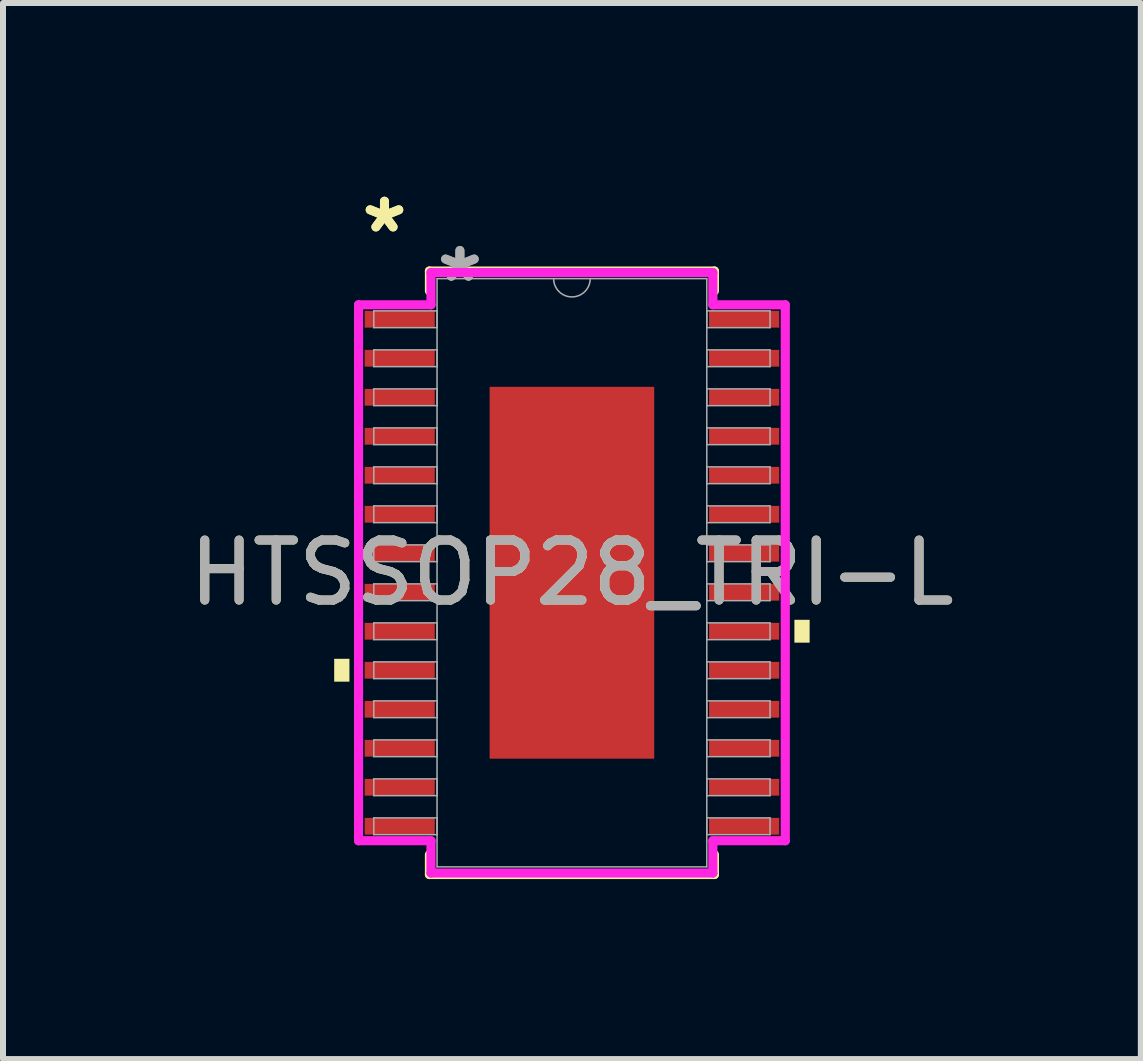
<source format=kicad_pcb>
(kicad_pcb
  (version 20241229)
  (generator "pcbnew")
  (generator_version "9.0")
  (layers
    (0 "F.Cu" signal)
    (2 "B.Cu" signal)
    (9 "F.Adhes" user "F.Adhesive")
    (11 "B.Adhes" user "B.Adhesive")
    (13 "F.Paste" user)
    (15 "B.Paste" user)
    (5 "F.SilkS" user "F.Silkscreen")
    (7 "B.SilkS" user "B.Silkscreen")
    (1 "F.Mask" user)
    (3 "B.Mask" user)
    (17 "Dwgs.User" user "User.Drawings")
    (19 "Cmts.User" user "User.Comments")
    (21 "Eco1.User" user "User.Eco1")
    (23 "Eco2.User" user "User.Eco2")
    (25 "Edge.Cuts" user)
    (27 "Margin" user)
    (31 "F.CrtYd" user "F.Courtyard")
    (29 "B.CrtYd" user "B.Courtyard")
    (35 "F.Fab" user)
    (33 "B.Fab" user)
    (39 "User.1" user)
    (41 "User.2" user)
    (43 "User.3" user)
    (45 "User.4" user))
  (footprint "HTSSOP28_TRI-L"
    (layer "F.Cu")
    (at 6.482 6.496)
    (property "Reference" "HTSSOP28_TRI-L" (at 0 0 0) (unlocked yes) (layer "F.SilkS") (effects (font (size 1 1) (thickness 0.15))))
    (attr smd)
    (fp_line (start -2.375 -5.029) (end -2.375 -4.697) (stroke (width 0.152) (type solid)) (layer "F.SilkS"))
    (fp_line (start -2.375 4.697) (end -2.375 5.029) (stroke (width 0.152) (type solid)) (layer "F.SilkS"))
    (fp_line (start -2.375 5.029) (end 2.375 5.029) (stroke (width 0.152) (type solid)) (layer "F.SilkS"))
    (fp_line (start 2.375 -5.029) (end -2.375 -5.029) (stroke (width 0.152) (type solid)) (layer "F.SilkS"))
    (fp_line (start 2.375 -4.697) (end 2.375 -5.029) (stroke (width 0.152) (type solid)) (layer "F.SilkS"))
    (fp_line (start 2.375 5.029) (end 2.375 4.697) (stroke (width 0.152) (type solid)) (layer "F.SilkS"))
    (fp_poly (pts (xy -3.962 1.434) (xy -3.962 1.815) (xy -3.708 1.815) (xy -3.708 1.434)) (stroke (width 0) (type solid)) (fill yes) (layer "F.SilkS"))
    (fp_poly (pts (xy 3.962 0.784) (xy 3.962 1.165) (xy 3.708 1.165) (xy 3.708 0.784)) (stroke (width 0) (type solid)) (fill yes) (layer "F.SilkS"))
    (fp_poly (pts (xy -1.272 -2.999) (xy -1.272 -1.649) (xy -0.1 -1.649) (xy -0.1 -2.999)) (stroke (width 0) (type solid)) (fill yes) (layer "F.Paste"))
    (fp_poly (pts (xy -1.272 -1.449) (xy -1.272 -0.1) (xy -0.1 -0.1) (xy -0.1 -1.449)) (stroke (width 0) (type solid)) (fill yes) (layer "F.Paste"))
    (fp_poly (pts (xy -1.272 0.1) (xy -1.272 1.449) (xy -0.1 1.449) (xy -0.1 0.1)) (stroke (width 0) (type solid)) (fill yes) (layer "F.Paste"))
    (fp_poly (pts (xy -1.272 1.649) (xy -1.272 2.999) (xy -0.1 2.999) (xy -0.1 1.649)) (stroke (width 0) (type solid)) (fill yes) (layer "F.Paste"))
    (fp_poly (pts (xy 0.1 -2.999) (xy 0.1 -1.649) (xy 1.272 -1.649) (xy 1.272 -2.999)) (stroke (width 0) (type solid)) (fill yes) (layer "F.Paste"))
    (fp_poly (pts (xy 0.1 -1.449) (xy 0.1 -0.1) (xy 1.272 -0.1) (xy 1.272 -1.449)) (stroke (width 0) (type solid)) (fill yes) (layer "F.Paste"))
    (fp_poly (pts (xy 0.1 0.1) (xy 0.1 1.449) (xy 1.272 1.449) (xy 1.272 0.1)) (stroke (width 0) (type solid)) (fill yes) (layer "F.Paste"))
    (fp_poly (pts (xy 0.1 1.649) (xy 0.1 2.999) (xy 1.272 2.999) (xy 1.272 1.649)) (stroke (width 0) (type solid)) (fill yes) (layer "F.Paste"))
    (fp_line (start -3.556 -4.466) (end -2.349 -4.466) (stroke (width 0.152) (type solid)) (layer "F.CrtYd"))
    (fp_line (start -3.556 4.466) (end -3.556 -4.466) (stroke (width 0.152) (type solid)) (layer "F.CrtYd"))
    (fp_line (start -3.556 4.466) (end -2.349 4.466) (stroke (width 0.152) (type solid)) (layer "F.CrtYd"))
    (fp_line (start -2.349 -5.004) (end 2.349 -5.004) (stroke (width 0.152) (type solid)) (layer "F.CrtYd"))
    (fp_line (start -2.349 -4.466) (end -2.349 -5.004) (stroke (width 0.152) (type solid)) (layer "F.CrtYd"))
    (fp_line (start -2.349 5.004) (end -2.349 4.466) (stroke (width 0.152) (type solid)) (layer "F.CrtYd"))
    (fp_line (start 2.349 -5.004) (end 2.349 -4.466) (stroke (width 0.152) (type solid)) (layer "F.CrtYd"))
    (fp_line (start 2.349 4.466) (end 2.349 5.004) (stroke (width 0.152) (type solid)) (layer "F.CrtYd"))
    (fp_line (start 2.349 5.004) (end -2.349 5.004) (stroke (width 0.152) (type solid)) (layer "F.CrtYd"))
    (fp_line (start 3.556 -4.466) (end 2.349 -4.466) (stroke (width 0.152) (type solid)) (layer "F.CrtYd"))
    (fp_line (start 3.556 -4.466) (end 3.556 4.466) (stroke (width 0.152) (type solid)) (layer "F.CrtYd"))
    (fp_line (start 3.556 4.466) (end 2.349 4.466) (stroke (width 0.152) (type solid)) (layer "F.CrtYd"))
    (fp_line (start -3.302 -4.365) (end -3.302 -4.085) (stroke (width 0.025) (type solid)) (layer "F.Fab"))
    (fp_line (start -3.302 -4.085) (end -2.248 -4.085) (stroke (width 0.025) (type solid)) (layer "F.Fab"))
    (fp_line (start -3.302 -3.715) (end -3.302 -3.435) (stroke (width 0.025) (type solid)) (layer "F.Fab"))
    (fp_line (start -3.302 -3.435) (end -2.248 -3.435) (stroke (width 0.025) (type solid)) (layer "F.Fab"))
    (fp_line (start -3.302 -3.065) (end -3.302 -2.785) (stroke (width 0.025) (type solid)) (layer "F.Fab"))
    (fp_line (start -3.302 -2.785) (end -2.248 -2.785) (stroke (width 0.025) (type solid)) (layer "F.Fab"))
    (fp_line (start -3.302 -2.415) (end -3.302 -2.135) (stroke (width 0.025) (type solid)) (layer "F.Fab"))
    (fp_line (start -3.302 -2.135) (end -2.248 -2.135) (stroke (width 0.025) (type solid)) (layer "F.Fab"))
    (fp_line (start -3.302 -1.765) (end -3.302 -1.485) (stroke (width 0.025) (type solid)) (layer "F.Fab"))
    (fp_line (start -3.302 -1.485) (end -2.248 -1.485) (stroke (width 0.025) (type solid)) (layer "F.Fab"))
    (fp_line (start -3.302 -1.115) (end -3.302 -0.835) (stroke (width 0.025) (type solid)) (layer "F.Fab"))
    (fp_line (start -3.302 -0.835) (end -2.248 -0.835) (stroke (width 0.025) (type solid)) (layer "F.Fab"))
    (fp_line (start -3.302 -0.465) (end -3.302 -0.185) (stroke (width 0.025) (type solid)) (layer "F.Fab"))
    (fp_line (start -3.302 -0.185) (end -2.248 -0.185) (stroke (width 0.025) (type solid)) (layer "F.Fab"))
    (fp_line (start -3.302 0.185) (end -3.302 0.465) (stroke (width 0.025) (type solid)) (layer "F.Fab"))
    (fp_line (start -3.302 0.465) (end -2.248 0.465) (stroke (width 0.025) (type solid)) (layer "F.Fab"))
    (fp_line (start -3.302 0.835) (end -3.302 1.115) (stroke (width 0.025) (type solid)) (layer "F.Fab"))
    (fp_line (start -3.302 1.115) (end -2.248 1.115) (stroke (width 0.025) (type solid)) (layer "F.Fab"))
    (fp_line (start -3.302 1.485) (end -3.302 1.765) (stroke (width 0.025) (type solid)) (layer "F.Fab"))
    (fp_line (start -3.302 1.765) (end -2.248 1.765) (stroke (width 0.025) (type solid)) (layer "F.Fab"))
    (fp_line (start -3.302 2.135) (end -3.302 2.415) (stroke (width 0.025) (type solid)) (layer "F.Fab"))
    (fp_line (start -3.302 2.415) (end -2.248 2.415) (stroke (width 0.025) (type solid)) (layer "F.Fab"))
    (fp_line (start -3.302 2.785) (end -3.302 3.065) (stroke (width 0.025) (type solid)) (layer "F.Fab"))
    (fp_line (start -3.302 3.065) (end -2.248 3.065) (stroke (width 0.025) (type solid)) (layer "F.Fab"))
    (fp_line (start -3.302 3.435) (end -3.302 3.715) (stroke (width 0.025) (type solid)) (layer "F.Fab"))
    (fp_line (start -3.302 3.715) (end -2.248 3.715) (stroke (width 0.025) (type solid)) (layer "F.Fab"))
    (fp_line (start -3.302 4.085) (end -3.302 4.365) (stroke (width 0.025) (type solid)) (layer "F.Fab"))
    (fp_line (start -3.302 4.365) (end -2.248 4.365) (stroke (width 0.025) (type solid)) (layer "F.Fab"))
    (fp_line (start -2.248 -4.902) (end -2.248 4.902) (stroke (width 0.025) (type solid)) (layer "F.Fab"))
    (fp_line (start -2.248 -4.365) (end -3.302 -4.365) (stroke (width 0.025) (type solid)) (layer "F.Fab"))
    (fp_line (start -2.248 -4.085) (end -2.248 -4.365) (stroke (width 0.025) (type solid)) (layer "F.Fab"))
    (fp_line (start -2.248 -3.715) (end -3.302 -3.715) (stroke (width 0.025) (type solid)) (layer "F.Fab"))
    (fp_line (start -2.248 -3.435) (end -2.248 -3.715) (stroke (width 0.025) (type solid)) (layer "F.Fab"))
    (fp_line (start -2.248 -3.065) (end -3.302 -3.065) (stroke (width 0.025) (type solid)) (layer "F.Fab"))
    (fp_line (start -2.248 -2.785) (end -2.248 -3.065) (stroke (width 0.025) (type solid)) (layer "F.Fab"))
    (fp_line (start -2.248 -2.415) (end -3.302 -2.415) (stroke (width 0.025) (type solid)) (layer "F.Fab"))
    (fp_line (start -2.248 -2.135) (end -2.248 -2.415) (stroke (width 0.025) (type solid)) (layer "F.Fab"))
    (fp_line (start -2.248 -1.765) (end -3.302 -1.765) (stroke (width 0.025) (type solid)) (layer "F.Fab"))
    (fp_line (start -2.248 -1.485) (end -2.248 -1.765) (stroke (width 0.025) (type solid)) (layer "F.Fab"))
    (fp_line (start -2.248 -1.115) (end -3.302 -1.115) (stroke (width 0.025) (type solid)) (layer "F.Fab"))
    (fp_line (start -2.248 -0.835) (end -2.248 -1.115) (stroke (width 0.025) (type solid)) (layer "F.Fab"))
    (fp_line (start -2.248 -0.465) (end -3.302 -0.465) (stroke (width 0.025) (type solid)) (layer "F.Fab"))
    (fp_line (start -2.248 -0.185) (end -2.248 -0.465) (stroke (width 0.025) (type solid)) (layer "F.Fab"))
    (fp_line (start -2.248 0.185) (end -3.302 0.185) (stroke (width 0.025) (type solid)) (layer "F.Fab"))
    (fp_line (start -2.248 0.465) (end -2.248 0.185) (stroke (width 0.025) (type solid)) (layer "F.Fab"))
    (fp_line (start -2.248 0.835) (end -3.302 0.835) (stroke (width 0.025) (type solid)) (layer "F.Fab"))
    (fp_line (start -2.248 1.115) (end -2.248 0.835) (stroke (width 0.025) (type solid)) (layer "F.Fab"))
    (fp_line (start -2.248 1.485) (end -3.302 1.485) (stroke (width 0.025) (type solid)) (layer "F.Fab"))
    (fp_line (start -2.248 1.765) (end -2.248 1.485) (stroke (width 0.025) (type solid)) (layer "F.Fab"))
    (fp_line (start -2.248 2.135) (end -3.302 2.135) (stroke (width 0.025) (type solid)) (layer "F.Fab"))
    (fp_line (start -2.248 2.415) (end -2.248 2.135) (stroke (width 0.025) (type solid)) (layer "F.Fab"))
    (fp_line (start -2.248 2.785) (end -3.302 2.785) (stroke (width 0.025) (type solid)) (layer "F.Fab"))
    (fp_line (start -2.248 3.065) (end -2.248 2.785) (stroke (width 0.025) (type solid)) (layer "F.Fab"))
    (fp_line (start -2.248 3.435) (end -3.302 3.435) (stroke (width 0.025) (type solid)) (layer "F.Fab"))
    (fp_line (start -2.248 3.715) (end -2.248 3.435) (stroke (width 0.025) (type solid)) (layer "F.Fab"))
    (fp_line (start -2.248 4.085) (end -3.302 4.085) (stroke (width 0.025) (type solid)) (layer "F.Fab"))
    (fp_line (start -2.248 4.365) (end -2.248 4.085) (stroke (width 0.025) (type solid)) (layer "F.Fab"))
    (fp_line (start -2.248 4.902) (end 2.248 4.902) (stroke (width 0.025) (type solid)) (layer "F.Fab"))
    (fp_line (start 2.248 -4.902) (end -2.248 -4.902) (stroke (width 0.025) (type solid)) (layer "F.Fab"))
    (fp_line (start 2.248 -4.365) (end 2.248 -4.085) (stroke (width 0.025) (type solid)) (layer "F.Fab"))
    (fp_line (start 2.248 -4.085) (end 3.302 -4.085) (stroke (width 0.025) (type solid)) (layer "F.Fab"))
    (fp_line (start 2.248 -3.715) (end 2.248 -3.435) (stroke (width 0.025) (type solid)) (layer "F.Fab"))
    (fp_line (start 2.248 -3.435) (end 3.302 -3.435) (stroke (width 0.025) (type solid)) (layer "F.Fab"))
    (fp_line (start 2.248 -3.065) (end 2.248 -2.785) (stroke (width 0.025) (type solid)) (layer "F.Fab"))
    (fp_line (start 2.248 -2.785) (end 3.302 -2.785) (stroke (width 0.025) (type solid)) (layer "F.Fab"))
    (fp_line (start 2.248 -2.415) (end 2.248 -2.135) (stroke (width 0.025) (type solid)) (layer "F.Fab"))
    (fp_line (start 2.248 -2.135) (end 3.302 -2.135) (stroke (width 0.025) (type solid)) (layer "F.Fab"))
    (fp_line (start 2.248 -1.765) (end 2.248 -1.485) (stroke (width 0.025) (type solid)) (layer "F.Fab"))
    (fp_line (start 2.248 -1.485) (end 3.302 -1.485) (stroke (width 0.025) (type solid)) (layer "F.Fab"))
    (fp_line (start 2.248 -1.115) (end 2.248 -0.835) (stroke (width 0.025) (type solid)) (layer "F.Fab"))
    (fp_line (start 2.248 -0.835) (end 3.302 -0.835) (stroke (width 0.025) (type solid)) (layer "F.Fab"))
    (fp_line (start 2.248 -0.465) (end 2.248 -0.185) (stroke (width 0.025) (type solid)) (layer "F.Fab"))
    (fp_line (start 2.248 -0.185) (end 3.302 -0.185) (stroke (width 0.025) (type solid)) (layer "F.Fab"))
    (fp_line (start 2.248 0.185) (end 2.248 0.465) (stroke (width 0.025) (type solid)) (layer "F.Fab"))
    (fp_line (start 2.248 0.465) (end 3.302 0.465) (stroke (width 0.025) (type solid)) (layer "F.Fab"))
    (fp_line (start 2.248 0.835) (end 2.248 1.115) (stroke (width 0.025) (type solid)) (layer "F.Fab"))
    (fp_line (start 2.248 1.115) (end 3.302 1.115) (stroke (width 0.025) (type solid)) (layer "F.Fab"))
    (fp_line (start 2.248 1.485) (end 2.248 1.765) (stroke (width 0.025) (type solid)) (layer "F.Fab"))
    (fp_line (start 2.248 1.765) (end 3.302 1.765) (stroke (width 0.025) (type solid)) (layer "F.Fab"))
    (fp_line (start 2.248 2.135) (end 2.248 2.415) (stroke (width 0.025) (type solid)) (layer "F.Fab"))
    (fp_line (start 2.248 2.415) (end 3.302 2.415) (stroke (width 0.025) (type solid)) (layer "F.Fab"))
    (fp_line (start 2.248 2.785) (end 2.248 3.065) (stroke (width 0.025) (type solid)) (layer "F.Fab"))
    (fp_line (start 2.248 3.065) (end 3.302 3.065) (stroke (width 0.025) (type solid)) (layer "F.Fab"))
    (fp_line (start 2.248 3.435) (end 2.248 3.715) (stroke (width 0.025) (type solid)) (layer "F.Fab"))
    (fp_line (start 2.248 3.715) (end 3.302 3.715) (stroke (width 0.025) (type solid)) (layer "F.Fab"))
    (fp_line (start 2.248 4.085) (end 2.248 4.365) (stroke (width 0.025) (type solid)) (layer "F.Fab"))
    (fp_line (start 2.248 4.365) (end 3.302 4.365) (stroke (width 0.025) (type solid)) (layer "F.Fab"))
    (fp_line (start 2.248 4.902) (end 2.248 -4.902) (stroke (width 0.025) (type solid)) (layer "F.Fab"))
    (fp_line (start 3.302 -4.365) (end 2.248 -4.365) (stroke (width 0.025) (type solid)) (layer "F.Fab"))
    (fp_line (start 3.302 -4.085) (end 3.302 -4.365) (stroke (width 0.025) (type solid)) (layer "F.Fab"))
    (fp_line (start 3.302 -3.715) (end 2.248 -3.715) (stroke (width 0.025) (type solid)) (layer "F.Fab"))
    (fp_line (start 3.302 -3.435) (end 3.302 -3.715) (stroke (width 0.025) (type solid)) (layer "F.Fab"))
    (fp_line (start 3.302 -3.065) (end 2.248 -3.065) (stroke (width 0.025) (type solid)) (layer "F.Fab"))
    (fp_line (start 3.302 -2.785) (end 3.302 -3.065) (stroke (width 0.025) (type solid)) (layer "F.Fab"))
    (fp_line (start 3.302 -2.415) (end 2.248 -2.415) (stroke (width 0.025) (type solid)) (layer "F.Fab"))
    (fp_line (start 3.302 -2.135) (end 3.302 -2.415) (stroke (width 0.025) (type solid)) (layer "F.Fab"))
    (fp_line (start 3.302 -1.765) (end 2.248 -1.765) (stroke (width 0.025) (type solid)) (layer "F.Fab"))
    (fp_line (start 3.302 -1.485) (end 3.302 -1.765) (stroke (width 0.025) (type solid)) (layer "F.Fab"))
    (fp_line (start 3.302 -1.115) (end 2.248 -1.115) (stroke (width 0.025) (type solid)) (layer "F.Fab"))
    (fp_line (start 3.302 -0.835) (end 3.302 -1.115) (stroke (width 0.025) (type solid)) (layer "F.Fab"))
    (fp_line (start 3.302 -0.465) (end 2.248 -0.465) (stroke (width 0.025) (type solid)) (layer "F.Fab"))
    (fp_line (start 3.302 -0.185) (end 3.302 -0.465) (stroke (width 0.025) (type solid)) (layer "F.Fab"))
    (fp_line (start 3.302 0.185) (end 2.248 0.185) (stroke (width 0.025) (type solid)) (layer "F.Fab"))
    (fp_line (start 3.302 0.465) (end 3.302 0.185) (stroke (width 0.025) (type solid)) (layer "F.Fab"))
    (fp_line (start 3.302 0.835) (end 2.248 0.835) (stroke (width 0.025) (type solid)) (layer "F.Fab"))
    (fp_line (start 3.302 1.115) (end 3.302 0.835) (stroke (width 0.025) (type solid)) (layer "F.Fab"))
    (fp_line (start 3.302 1.485) (end 2.248 1.485) (stroke (width 0.025) (type solid)) (layer "F.Fab"))
    (fp_line (start 3.302 1.765) (end 3.302 1.485) (stroke (width 0.025) (type solid)) (layer "F.Fab"))
    (fp_line (start 3.302 2.135) (end 2.248 2.135) (stroke (width 0.025) (type solid)) (layer "F.Fab"))
    (fp_line (start 3.302 2.415) (end 3.302 2.135) (stroke (width 0.025) (type solid)) (layer "F.Fab"))
    (fp_line (start 3.302 2.785) (end 2.248 2.785) (stroke (width 0.025) (type solid)) (layer "F.Fab"))
    (fp_line (start 3.302 3.065) (end 3.302 2.785) (stroke (width 0.025) (type solid)) (layer "F.Fab"))
    (fp_line (start 3.302 3.435) (end 2.248 3.435) (stroke (width 0.025) (type solid)) (layer "F.Fab"))
    (fp_line (start 3.302 3.715) (end 3.302 3.435) (stroke (width 0.025) (type solid)) (layer "F.Fab"))
    (fp_line (start 3.302 4.085) (end 2.248 4.085) (stroke (width 0.025) (type solid)) (layer "F.Fab"))
    (fp_line (start 3.302 4.365) (end 3.302 4.085) (stroke (width 0.025) (type solid)) (layer "F.Fab"))
    (fp_arc (start 0.3048 -4.9022) (mid 0 -4.5974) (end -0.3048 -4.9022) (stroke (width 0.0254) (type solid)) (layer "F.Fab"))
    (fp_text user "*" (at -3.124 -5.647 0) (layer "F.SilkS") (effects (font (size 1 1) (thickness 0.15))))
    (fp_text user "*" (at -3.124 -5.647 0) (unlocked yes) (layer "F.SilkS") (effects (font (size 1 1) (thickness 0.15))))
    (fp_text user "*" (at -1.867 -4.826 0) (unlocked yes) (layer "F.Fab") (effects (font (size 1 1) (thickness 0.15))))
    (fp_text user "*" (at -1.867 -4.826 0) (layer "F.Fab") (effects (font (size 1 1) (thickness 0.15))))
    (fp_text user "${REFERENCE}" (at 0 0 0) (unlocked yes) (layer "F.Fab") (effects (font (size 1 1) (thickness 0.15))))
    (pad "1" smd rect (at -2.87 -4.225) (size 1.168 0.279) (layers "F.Cu" "F.Mask" "F.Paste"))
    (pad "2" smd rect (at -2.87 -3.575) (size 1.168 0.279) (layers "F.Cu" "F.Mask" "F.Paste"))
    (pad "3" smd rect (at -2.87 -2.925) (size 1.168 0.279) (layers "F.Cu" "F.Mask" "F.Paste"))
    (pad "4" smd rect (at -2.87 -2.275) (size 1.168 0.279) (layers "F.Cu" "F.Mask" "F.Paste"))
    (pad "5" smd rect (at -2.87 -1.625) (size 1.168 0.279) (layers "F.Cu" "F.Mask" "F.Paste"))
    (pad "6" smd rect (at -2.87 -0.975) (size 1.168 0.279) (layers "F.Cu" "F.Mask" "F.Paste"))
    (pad "7" smd rect (at -2.87 -0.325) (size 1.168 0.279) (layers "F.Cu" "F.Mask" "F.Paste"))
    (pad "8" smd rect (at -2.87 0.325) (size 1.168 0.279) (layers "F.Cu" "F.Mask" "F.Paste"))
    (pad "9" smd rect (at -2.87 0.975) (size 1.168 0.279) (layers "F.Cu" "F.Mask" "F.Paste"))
    (pad "10" smd rect (at -2.87 1.625) (size 1.168 0.279) (layers "F.Cu" "F.Mask" "F.Paste"))
    (pad "11" smd rect (at -2.87 2.275) (size 1.168 0.279) (layers "F.Cu" "F.Mask" "F.Paste"))
    (pad "12" smd rect (at -2.87 2.925) (size 1.168 0.279) (layers "F.Cu" "F.Mask" "F.Paste"))
    (pad "13" smd rect (at -2.87 3.575) (size 1.168 0.279) (layers "F.Cu" "F.Mask" "F.Paste"))
    (pad "14" smd rect (at -2.87 4.225) (size 1.168 0.279) (layers "F.Cu" "F.Mask" "F.Paste"))
    (pad "15" smd rect (at 2.87 4.225) (size 1.168 0.279) (layers "F.Cu" "F.Mask" "F.Paste"))
    (pad "16" smd rect (at 2.87 3.575) (size 1.168 0.279) (layers "F.Cu" "F.Mask" "F.Paste"))
    (pad "17" smd rect (at 2.87 2.925) (size 1.168 0.279) (layers "F.Cu" "F.Mask" "F.Paste"))
    (pad "18" smd rect (at 2.87 2.275) (size 1.168 0.279) (layers "F.Cu" "F.Mask" "F.Paste"))
    (pad "19" smd rect (at 2.87 1.625) (size 1.168 0.279) (layers "F.Cu" "F.Mask" "F.Paste"))
    (pad "20" smd rect (at 2.87 0.975) (size 1.168 0.279) (layers "F.Cu" "F.Mask" "F.Paste"))
    (pad "21" smd rect (at 2.87 0.325) (size 1.168 0.279) (layers "F.Cu" "F.Mask" "F.Paste"))
    (pad "22" smd rect (at 2.87 -0.325) (size 1.168 0.279) (layers "F.Cu" "F.Mask" "F.Paste"))
    (pad "23" smd rect (at 2.87 -0.975) (size 1.168 0.279) (layers "F.Cu" "F.Mask" "F.Paste"))
    (pad "24" smd rect (at 2.87 -1.625) (size 1.168 0.279) (layers "F.Cu" "F.Mask" "F.Paste"))
    (pad "25" smd rect (at 2.87 -2.275) (size 1.168 0.279) (layers "F.Cu" "F.Mask" "F.Paste"))
    (pad "26" smd rect (at 2.87 -2.925) (size 1.168 0.279) (layers "F.Cu" "F.Mask" "F.Paste"))
    (pad "27" smd rect (at 2.87 -3.575) (size 1.168 0.279) (layers "F.Cu" "F.Mask" "F.Paste"))
    (pad "28" smd rect (at 2.87 -4.225) (size 1.168 0.279) (layers "F.Cu" "F.Mask" "F.Paste"))
    (pad "EPAD" smd rect (at 0 0) (size 2.743 6.198) (layers "F.Cu" "F.Mask")))
  (gr_rect
    (start -3 -3)
    (end 15.964 14.601)
    (stroke (width 0.1) (type default))
    (fill no)
    (layer "Edge.Cuts")))
</source>
